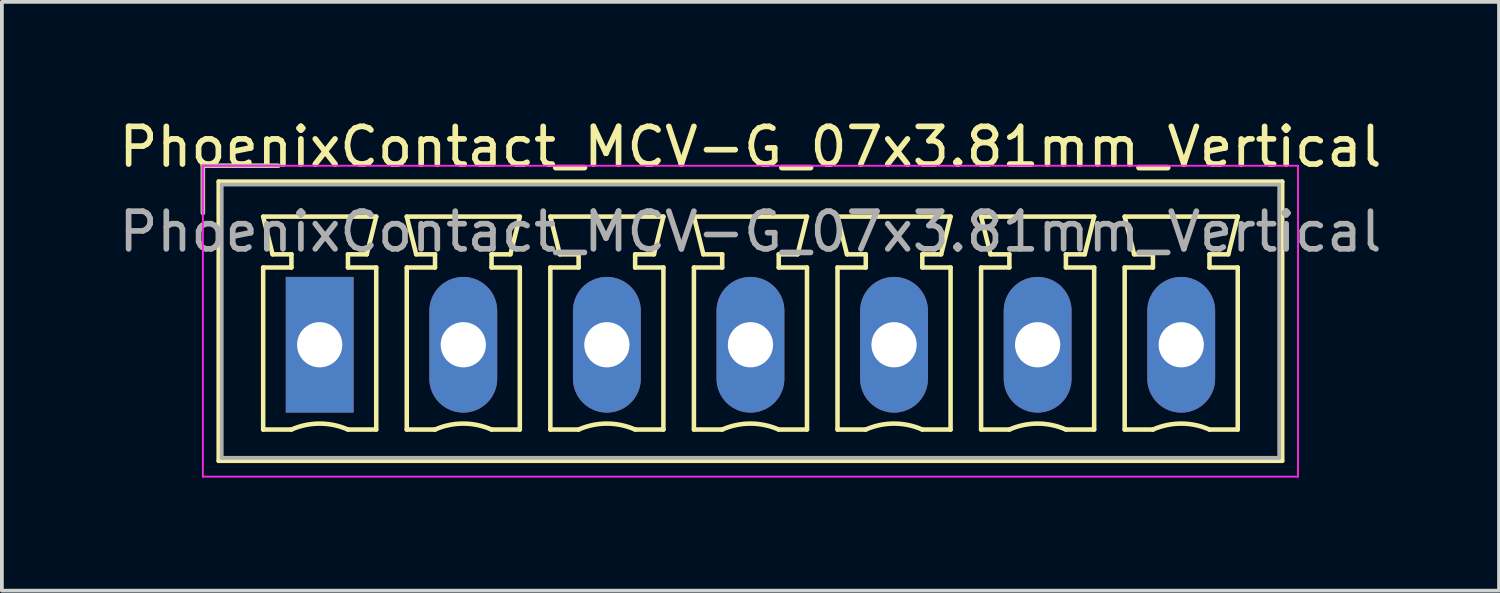
<source format=kicad_pcb>
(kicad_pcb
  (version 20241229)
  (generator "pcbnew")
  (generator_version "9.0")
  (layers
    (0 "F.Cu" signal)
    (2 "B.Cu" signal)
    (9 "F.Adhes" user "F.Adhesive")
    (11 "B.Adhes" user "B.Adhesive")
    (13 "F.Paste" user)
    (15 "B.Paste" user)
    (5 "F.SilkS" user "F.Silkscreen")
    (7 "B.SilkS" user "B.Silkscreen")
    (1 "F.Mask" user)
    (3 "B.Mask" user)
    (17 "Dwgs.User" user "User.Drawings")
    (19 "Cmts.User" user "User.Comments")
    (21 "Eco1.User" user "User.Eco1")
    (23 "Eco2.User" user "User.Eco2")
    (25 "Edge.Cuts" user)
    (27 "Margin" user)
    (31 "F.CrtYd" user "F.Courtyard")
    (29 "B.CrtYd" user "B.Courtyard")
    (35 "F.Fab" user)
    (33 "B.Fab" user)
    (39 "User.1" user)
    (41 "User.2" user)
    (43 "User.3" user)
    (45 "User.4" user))
  (footprint "PhoenixContact_MCV-G_07x3.81mm_Vertical"
    (layer "F.Cu")
    (at 5.433 6.098)
    (property "Reference" "PhoenixContact_MCV-G_07x3.81mm_Vertical" (at 11.43 -5.25 0) (layer "F.SilkS") (effects (font (size 1 1) (thickness 0.15))))
    (attr through_hole)
    (fp_line (start -3.1 -4.75) (end -1.1 -4.75) (stroke (width 0.12) (type solid)) (layer "F.SilkS"))
    (fp_line (start -3.1 -3.5) (end -3.1 -4.75) (stroke (width 0.12) (type solid)) (layer "F.SilkS"))
    (fp_line (start -2.68 -4.33) (end -2.68 3.08) (stroke (width 0.12) (type solid)) (layer "F.SilkS"))
    (fp_line (start -2.68 3.08) (end 25.54 3.08) (stroke (width 0.12) (type solid)) (layer "F.SilkS"))
    (fp_line (start -1.5 -3.4) (end 1.5 -3.4) (stroke (width 0.12) (type solid)) (layer "F.SilkS"))
    (fp_line (start -1.5 -2.05) (end -0.75 -2.05) (stroke (width 0.12) (type solid)) (layer "F.SilkS"))
    (fp_line (start -1.5 2.25) (end -1.5 -2.05) (stroke (width 0.12) (type solid)) (layer "F.SilkS"))
    (fp_line (start -1.25 -2.4) (end -1.5 -3.4) (stroke (width 0.12) (type solid)) (layer "F.SilkS"))
    (fp_line (start -0.75 -2.4) (end -1.25 -2.4) (stroke (width 0.12) (type solid)) (layer "F.SilkS"))
    (fp_line (start -0.75 -2.05) (end -0.75 -2.4) (stroke (width 0.12) (type solid)) (layer "F.SilkS"))
    (fp_line (start -0.75 2.25) (end -1.5 2.25) (stroke (width 0.12) (type solid)) (layer "F.SilkS"))
    (fp_line (start 0.75 -2.4) (end 0.75 -2.05) (stroke (width 0.12) (type solid)) (layer "F.SilkS"))
    (fp_line (start 0.75 -2.05) (end 1.5 -2.05) (stroke (width 0.12) (type solid)) (layer "F.SilkS"))
    (fp_line (start 1.25 -2.4) (end 0.75 -2.4) (stroke (width 0.12) (type solid)) (layer "F.SilkS"))
    (fp_line (start 1.5 -3.4) (end 1.25 -2.4) (stroke (width 0.12) (type solid)) (layer "F.SilkS"))
    (fp_line (start 1.5 -2.05) (end 1.5 2.25) (stroke (width 0.12) (type solid)) (layer "F.SilkS"))
    (fp_line (start 1.5 2.25) (end 0.75 2.25) (stroke (width 0.12) (type solid)) (layer "F.SilkS"))
    (fp_line (start 2.31 -3.4) (end 5.31 -3.4) (stroke (width 0.12) (type solid)) (layer "F.SilkS"))
    (fp_line (start 2.31 -2.05) (end 3.06 -2.05) (stroke (width 0.12) (type solid)) (layer "F.SilkS"))
    (fp_line (start 2.31 2.25) (end 2.31 -2.05) (stroke (width 0.12) (type solid)) (layer "F.SilkS"))
    (fp_line (start 2.56 -2.4) (end 2.31 -3.4) (stroke (width 0.12) (type solid)) (layer "F.SilkS"))
    (fp_line (start 3.06 -2.4) (end 2.56 -2.4) (stroke (width 0.12) (type solid)) (layer "F.SilkS"))
    (fp_line (start 3.06 -2.05) (end 3.06 -2.4) (stroke (width 0.12) (type solid)) (layer "F.SilkS"))
    (fp_line (start 3.06 2.25) (end 2.31 2.25) (stroke (width 0.12) (type solid)) (layer "F.SilkS"))
    (fp_line (start 4.56 -2.4) (end 4.56 -2.05) (stroke (width 0.12) (type solid)) (layer "F.SilkS"))
    (fp_line (start 4.56 -2.05) (end 5.31 -2.05) (stroke (width 0.12) (type solid)) (layer "F.SilkS"))
    (fp_line (start 5.06 -2.4) (end 4.56 -2.4) (stroke (width 0.12) (type solid)) (layer "F.SilkS"))
    (fp_line (start 5.31 -3.4) (end 5.06 -2.4) (stroke (width 0.12) (type solid)) (layer "F.SilkS"))
    (fp_line (start 5.31 -2.05) (end 5.31 2.25) (stroke (width 0.12) (type solid)) (layer "F.SilkS"))
    (fp_line (start 5.31 2.25) (end 4.56 2.25) (stroke (width 0.12) (type solid)) (layer "F.SilkS"))
    (fp_line (start 6.12 -3.4) (end 9.12 -3.4) (stroke (width 0.12) (type solid)) (layer "F.SilkS"))
    (fp_line (start 6.12 -2.05) (end 6.87 -2.05) (stroke (width 0.12) (type solid)) (layer "F.SilkS"))
    (fp_line (start 6.12 2.25) (end 6.12 -2.05) (stroke (width 0.12) (type solid)) (layer "F.SilkS"))
    (fp_line (start 6.37 -2.4) (end 6.12 -3.4) (stroke (width 0.12) (type solid)) (layer "F.SilkS"))
    (fp_line (start 6.87 -2.4) (end 6.37 -2.4) (stroke (width 0.12) (type solid)) (layer "F.SilkS"))
    (fp_line (start 6.87 -2.05) (end 6.87 -2.4) (stroke (width 0.12) (type solid)) (layer "F.SilkS"))
    (fp_line (start 6.87 2.25) (end 6.12 2.25) (stroke (width 0.12) (type solid)) (layer "F.SilkS"))
    (fp_line (start 8.37 -2.4) (end 8.37 -2.05) (stroke (width 0.12) (type solid)) (layer "F.SilkS"))
    (fp_line (start 8.37 -2.05) (end 9.12 -2.05) (stroke (width 0.12) (type solid)) (layer "F.SilkS"))
    (fp_line (start 8.87 -2.4) (end 8.37 -2.4) (stroke (width 0.12) (type solid)) (layer "F.SilkS"))
    (fp_line (start 9.12 -3.4) (end 8.87 -2.4) (stroke (width 0.12) (type solid)) (layer "F.SilkS"))
    (fp_line (start 9.12 -2.05) (end 9.12 2.25) (stroke (width 0.12) (type solid)) (layer "F.SilkS"))
    (fp_line (start 9.12 2.25) (end 8.37 2.25) (stroke (width 0.12) (type solid)) (layer "F.SilkS"))
    (fp_line (start 9.93 -3.4) (end 12.93 -3.4) (stroke (width 0.12) (type solid)) (layer "F.SilkS"))
    (fp_line (start 9.93 -2.05) (end 10.68 -2.05) (stroke (width 0.12) (type solid)) (layer "F.SilkS"))
    (fp_line (start 9.93 2.25) (end 9.93 -2.05) (stroke (width 0.12) (type solid)) (layer "F.SilkS"))
    (fp_line (start 10.18 -2.4) (end 9.93 -3.4) (stroke (width 0.12) (type solid)) (layer "F.SilkS"))
    (fp_line (start 10.68 -2.4) (end 10.18 -2.4) (stroke (width 0.12) (type solid)) (layer "F.SilkS"))
    (fp_line (start 10.68 -2.05) (end 10.68 -2.4) (stroke (width 0.12) (type solid)) (layer "F.SilkS"))
    (fp_line (start 10.68 2.25) (end 9.93 2.25) (stroke (width 0.12) (type solid)) (layer "F.SilkS"))
    (fp_line (start 12.18 -2.4) (end 12.18 -2.05) (stroke (width 0.12) (type solid)) (layer "F.SilkS"))
    (fp_line (start 12.18 -2.05) (end 12.93 -2.05) (stroke (width 0.12) (type solid)) (layer "F.SilkS"))
    (fp_line (start 12.68 -2.4) (end 12.18 -2.4) (stroke (width 0.12) (type solid)) (layer "F.SilkS"))
    (fp_line (start 12.93 -3.4) (end 12.68 -2.4) (stroke (width 0.12) (type solid)) (layer "F.SilkS"))
    (fp_line (start 12.93 -2.05) (end 12.93 2.25) (stroke (width 0.12) (type solid)) (layer "F.SilkS"))
    (fp_line (start 12.93 2.25) (end 12.18 2.25) (stroke (width 0.12) (type solid)) (layer "F.SilkS"))
    (fp_line (start 13.74 -3.4) (end 16.74 -3.4) (stroke (width 0.12) (type solid)) (layer "F.SilkS"))
    (fp_line (start 13.74 -2.05) (end 14.49 -2.05) (stroke (width 0.12) (type solid)) (layer "F.SilkS"))
    (fp_line (start 13.74 2.25) (end 13.74 -2.05) (stroke (width 0.12) (type solid)) (layer "F.SilkS"))
    (fp_line (start 13.99 -2.4) (end 13.74 -3.4) (stroke (width 0.12) (type solid)) (layer "F.SilkS"))
    (fp_line (start 14.49 -2.4) (end 13.99 -2.4) (stroke (width 0.12) (type solid)) (layer "F.SilkS"))
    (fp_line (start 14.49 -2.05) (end 14.49 -2.4) (stroke (width 0.12) (type solid)) (layer "F.SilkS"))
    (fp_line (start 14.49 2.25) (end 13.74 2.25) (stroke (width 0.12) (type solid)) (layer "F.SilkS"))
    (fp_line (start 15.99 -2.4) (end 15.99 -2.05) (stroke (width 0.12) (type solid)) (layer "F.SilkS"))
    (fp_line (start 15.99 -2.05) (end 16.74 -2.05) (stroke (width 0.12) (type solid)) (layer "F.SilkS"))
    (fp_line (start 16.49 -2.4) (end 15.99 -2.4) (stroke (width 0.12) (type solid)) (layer "F.SilkS"))
    (fp_line (start 16.74 -3.4) (end 16.49 -2.4) (stroke (width 0.12) (type solid)) (layer "F.SilkS"))
    (fp_line (start 16.74 -2.05) (end 16.74 2.25) (stroke (width 0.12) (type solid)) (layer "F.SilkS"))
    (fp_line (start 16.74 2.25) (end 15.99 2.25) (stroke (width 0.12) (type solid)) (layer "F.SilkS"))
    (fp_line (start 17.55 -3.4) (end 20.55 -3.4) (stroke (width 0.12) (type solid)) (layer "F.SilkS"))
    (fp_line (start 17.55 -2.05) (end 18.3 -2.05) (stroke (width 0.12) (type solid)) (layer "F.SilkS"))
    (fp_line (start 17.55 2.25) (end 17.55 -2.05) (stroke (width 0.12) (type solid)) (layer "F.SilkS"))
    (fp_line (start 17.8 -2.4) (end 17.55 -3.4) (stroke (width 0.12) (type solid)) (layer "F.SilkS"))
    (fp_line (start 18.3 -2.4) (end 17.8 -2.4) (stroke (width 0.12) (type solid)) (layer "F.SilkS"))
    (fp_line (start 18.3 -2.05) (end 18.3 -2.4) (stroke (width 0.12) (type solid)) (layer "F.SilkS"))
    (fp_line (start 18.3 2.25) (end 17.55 2.25) (stroke (width 0.12) (type solid)) (layer "F.SilkS"))
    (fp_line (start 19.8 -2.4) (end 19.8 -2.05) (stroke (width 0.12) (type solid)) (layer "F.SilkS"))
    (fp_line (start 19.8 -2.05) (end 20.55 -2.05) (stroke (width 0.12) (type solid)) (layer "F.SilkS"))
    (fp_line (start 20.3 -2.4) (end 19.8 -2.4) (stroke (width 0.12) (type solid)) (layer "F.SilkS"))
    (fp_line (start 20.55 -3.4) (end 20.3 -2.4) (stroke (width 0.12) (type solid)) (layer "F.SilkS"))
    (fp_line (start 20.55 -2.05) (end 20.55 2.25) (stroke (width 0.12) (type solid)) (layer "F.SilkS"))
    (fp_line (start 20.55 2.25) (end 19.8 2.25) (stroke (width 0.12) (type solid)) (layer "F.SilkS"))
    (fp_line (start 21.36 -3.4) (end 24.36 -3.4) (stroke (width 0.12) (type solid)) (layer "F.SilkS"))
    (fp_line (start 21.36 -2.05) (end 22.11 -2.05) (stroke (width 0.12) (type solid)) (layer "F.SilkS"))
    (fp_line (start 21.36 2.25) (end 21.36 -2.05) (stroke (width 0.12) (type solid)) (layer "F.SilkS"))
    (fp_line (start 21.61 -2.4) (end 21.36 -3.4) (stroke (width 0.12) (type solid)) (layer "F.SilkS"))
    (fp_line (start 22.11 -2.4) (end 21.61 -2.4) (stroke (width 0.12) (type solid)) (layer "F.SilkS"))
    (fp_line (start 22.11 -2.05) (end 22.11 -2.4) (stroke (width 0.12) (type solid)) (layer "F.SilkS"))
    (fp_line (start 22.11 2.25) (end 21.36 2.25) (stroke (width 0.12) (type solid)) (layer "F.SilkS"))
    (fp_line (start 23.61 -2.4) (end 23.61 -2.05) (stroke (width 0.12) (type solid)) (layer "F.SilkS"))
    (fp_line (start 23.61 -2.05) (end 24.36 -2.05) (stroke (width 0.12) (type solid)) (layer "F.SilkS"))
    (fp_line (start 24.11 -2.4) (end 23.61 -2.4) (stroke (width 0.12) (type solid)) (layer "F.SilkS"))
    (fp_line (start 24.36 -3.4) (end 24.11 -2.4) (stroke (width 0.12) (type solid)) (layer "F.SilkS"))
    (fp_line (start 24.36 -2.05) (end 24.36 2.25) (stroke (width 0.12) (type solid)) (layer "F.SilkS"))
    (fp_line (start 24.36 2.25) (end 23.61 2.25) (stroke (width 0.12) (type solid)) (layer "F.SilkS"))
    (fp_line (start 25.54 -4.33) (end -2.68 -4.33) (stroke (width 0.12) (type solid)) (layer "F.SilkS"))
    (fp_line (start 25.54 3.08) (end 25.54 -4.33) (stroke (width 0.12) (type solid)) (layer "F.SilkS"))
    (fp_arc (start -0.75 2.25) (mid -0.000193 2.09191) (end 0.749647 2.249844) (stroke (width 0.12) (type solid)) (layer "F.SilkS"))
    (fp_arc (start 3.06 2.25) (mid 3.809807 2.09191) (end 4.559647 2.249844) (stroke (width 0.12) (type solid)) (layer "F.SilkS"))
    (fp_arc (start 6.87 2.25) (mid 7.619807 2.09191) (end 8.369647 2.249844) (stroke (width 0.12) (type solid)) (layer "F.SilkS"))
    (fp_arc (start 10.68 2.25) (mid 11.429807 2.09191) (end 12.179647 2.249844) (stroke (width 0.12) (type solid)) (layer "F.SilkS"))
    (fp_arc (start 14.49 2.25) (mid 15.239807 2.09191) (end 15.989647 2.249844) (stroke (width 0.12) (type solid)) (layer "F.SilkS"))
    (fp_arc (start 18.3 2.25) (mid 19.049807 2.09191) (end 19.799647 2.249844) (stroke (width 0.12) (type solid)) (layer "F.SilkS"))
    (fp_arc (start 22.11 2.25) (mid 22.859807 2.09191) (end 23.609647 2.249844) (stroke (width 0.12) (type solid)) (layer "F.SilkS"))
    (fp_line (start -3.1 -4.75) (end -3.1 3.5) (stroke (width 0.05) (type solid)) (layer "F.CrtYd"))
    (fp_line (start -3.1 3.5) (end 25.96 3.5) (stroke (width 0.05) (type solid)) (layer "F.CrtYd"))
    (fp_line (start 25.96 -4.75) (end -3.1 -4.75) (stroke (width 0.05) (type solid)) (layer "F.CrtYd"))
    (fp_line (start 25.96 3.5) (end 25.96 -4.75) (stroke (width 0.05) (type solid)) (layer "F.CrtYd"))
    (fp_line (start -3.1 -4.75) (end -1.1 -4.75) (stroke (width 0.1) (type solid)) (layer "F.Fab"))
    (fp_line (start -3.1 -3.5) (end -3.1 -4.75) (stroke (width 0.1) (type solid)) (layer "F.Fab"))
    (fp_line (start -2.6 -4.25) (end -2.6 3) (stroke (width 0.1) (type solid)) (layer "F.Fab"))
    (fp_line (start -2.6 3) (end 25.46 3) (stroke (width 0.1) (type solid)) (layer "F.Fab"))
    (fp_line (start 25.46 -4.25) (end -2.6 -4.25) (stroke (width 0.1) (type solid)) (layer "F.Fab"))
    (fp_line (start 25.46 3) (end 25.46 -4.25) (stroke (width 0.1) (type solid)) (layer "F.Fab"))
    (fp_text user "${REFERENCE}" (at 11.43 -3 0) (layer "F.Fab") (effects (font (size 1 1) (thickness 0.15))))
    (pad "1" thru_hole rect (at 0 0) (size 1.8 3.6) (drill 1.2) (layers "*.Cu" "*.Mask"))
    (pad "2" thru_hole oval (at 3.81 0) (size 1.8 3.6) (drill 1.2) (layers "*.Cu" "*.Mask"))
    (pad "3" thru_hole oval (at 7.62 0) (size 1.8 3.6) (drill 1.2) (layers "*.Cu" "*.Mask"))
    (pad "4" thru_hole oval (at 11.43 0) (size 1.8 3.6) (drill 1.2) (layers "*.Cu" "*.Mask"))
    (pad "5" thru_hole oval (at 15.24 0) (size 1.8 3.6) (drill 1.2) (layers "*.Cu" "*.Mask"))
    (pad "6" thru_hole oval (at 19.05 0) (size 1.8 3.6) (drill 1.2) (layers "*.Cu" "*.Mask"))
    (pad "7" thru_hole oval (at 22.86 0) (size 1.8 3.6) (drill 1.2) (layers "*.Cu" "*.Mask")))
  (gr_rect
    (start -3 -3)
    (end 36.726 12.623)
    (stroke (width 0.1) (type default))
    (fill no)
    (layer "Edge.Cuts")))
</source>
